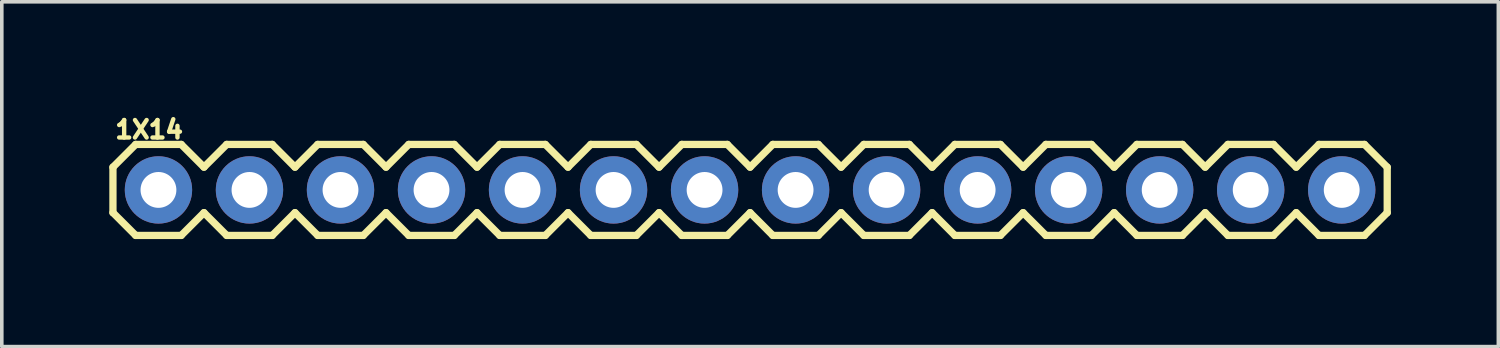
<source format=kicad_pcb>
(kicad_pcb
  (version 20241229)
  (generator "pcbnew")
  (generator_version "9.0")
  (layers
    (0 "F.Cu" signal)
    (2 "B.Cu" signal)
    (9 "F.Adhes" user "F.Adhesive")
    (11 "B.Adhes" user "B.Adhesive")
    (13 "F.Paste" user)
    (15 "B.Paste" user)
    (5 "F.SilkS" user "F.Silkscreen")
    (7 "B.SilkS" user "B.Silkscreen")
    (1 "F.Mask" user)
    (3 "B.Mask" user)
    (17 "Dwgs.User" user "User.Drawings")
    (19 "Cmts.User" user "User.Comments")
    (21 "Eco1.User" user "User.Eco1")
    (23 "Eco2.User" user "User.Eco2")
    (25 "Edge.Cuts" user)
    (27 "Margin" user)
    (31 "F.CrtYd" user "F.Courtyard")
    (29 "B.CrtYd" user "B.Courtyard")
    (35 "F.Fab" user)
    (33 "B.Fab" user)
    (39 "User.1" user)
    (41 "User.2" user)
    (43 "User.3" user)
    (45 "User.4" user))
  (footprint "1X14"
    (layer "F.Cu")
    (at 1.372 2.25)
    (property "Reference" "1X14" (at -1.27 -1.397 0) (layer "F.SilkS") (effects (font (size 0.488 0.488) (thickness 0.122)) (justify left bottom)))
    (fp_line (start -1.27 -0.635) (end -1.27 0.635) (stroke (width 0.203) (type solid)) (layer "F.SilkS"))
    (fp_line (start -1.27 0.635) (end -0.635 1.27) (stroke (width 0.203) (type solid)) (layer "F.SilkS"))
    (fp_line (start -0.635 -1.27) (end -1.27 -0.635) (stroke (width 0.203) (type solid)) (layer "F.SilkS"))
    (fp_line (start -0.635 -1.27) (end 0.635 -1.27) (stroke (width 0.203) (type solid)) (layer "F.SilkS"))
    (fp_line (start 0.635 -1.27) (end 1.27 -0.635) (stroke (width 0.203) (type solid)) (layer "F.SilkS"))
    (fp_line (start 0.635 1.27) (end -0.635 1.27) (stroke (width 0.203) (type solid)) (layer "F.SilkS"))
    (fp_line (start 1.27 -0.635) (end 1.905 -1.27) (stroke (width 0.203) (type solid)) (layer "F.SilkS"))
    (fp_line (start 1.27 0.635) (end 0.635 1.27) (stroke (width 0.203) (type solid)) (layer "F.SilkS"))
    (fp_line (start 1.905 -1.27) (end 3.175 -1.27) (stroke (width 0.203) (type solid)) (layer "F.SilkS"))
    (fp_line (start 1.905 1.27) (end 1.27 0.635) (stroke (width 0.203) (type solid)) (layer "F.SilkS"))
    (fp_line (start 3.175 -1.27) (end 3.81 -0.635) (stroke (width 0.203) (type solid)) (layer "F.SilkS"))
    (fp_line (start 3.175 1.27) (end 1.905 1.27) (stroke (width 0.203) (type solid)) (layer "F.SilkS"))
    (fp_line (start 3.81 -0.635) (end 4.445 -1.27) (stroke (width 0.203) (type solid)) (layer "F.SilkS"))
    (fp_line (start 3.81 0.635) (end 3.175 1.27) (stroke (width 0.203) (type solid)) (layer "F.SilkS"))
    (fp_line (start 4.445 -1.27) (end 5.715 -1.27) (stroke (width 0.203) (type solid)) (layer "F.SilkS"))
    (fp_line (start 4.445 1.27) (end 3.81 0.635) (stroke (width 0.203) (type solid)) (layer "F.SilkS"))
    (fp_line (start 5.715 -1.27) (end 6.35 -0.635) (stroke (width 0.203) (type solid)) (layer "F.SilkS"))
    (fp_line (start 5.715 1.27) (end 4.445 1.27) (stroke (width 0.203) (type solid)) (layer "F.SilkS"))
    (fp_line (start 6.35 0.635) (end 5.715 1.27) (stroke (width 0.203) (type solid)) (layer "F.SilkS"))
    (fp_line (start 6.35 0.635) (end 6.985 1.27) (stroke (width 0.203) (type solid)) (layer "F.SilkS"))
    (fp_line (start 6.985 -1.27) (end 6.35 -0.635) (stroke (width 0.203) (type solid)) (layer "F.SilkS"))
    (fp_line (start 6.985 -1.27) (end 8.255 -1.27) (stroke (width 0.203) (type solid)) (layer "F.SilkS"))
    (fp_line (start 8.255 -1.27) (end 8.89 -0.635) (stroke (width 0.203) (type solid)) (layer "F.SilkS"))
    (fp_line (start 8.255 1.27) (end 6.985 1.27) (stroke (width 0.203) (type solid)) (layer "F.SilkS"))
    (fp_line (start 8.89 -0.635) (end 9.525 -1.27) (stroke (width 0.203) (type solid)) (layer "F.SilkS"))
    (fp_line (start 8.89 0.635) (end 8.255 1.27) (stroke (width 0.203) (type solid)) (layer "F.SilkS"))
    (fp_line (start 9.525 -1.27) (end 10.795 -1.27) (stroke (width 0.203) (type solid)) (layer "F.SilkS"))
    (fp_line (start 9.525 1.27) (end 8.89 0.635) (stroke (width 0.203) (type solid)) (layer "F.SilkS"))
    (fp_line (start 10.795 -1.27) (end 11.43 -0.635) (stroke (width 0.203) (type solid)) (layer "F.SilkS"))
    (fp_line (start 10.795 1.27) (end 9.525 1.27) (stroke (width 0.203) (type solid)) (layer "F.SilkS"))
    (fp_line (start 11.43 -0.635) (end 12.065 -1.27) (stroke (width 0.203) (type solid)) (layer "F.SilkS"))
    (fp_line (start 11.43 0.635) (end 10.795 1.27) (stroke (width 0.203) (type solid)) (layer "F.SilkS"))
    (fp_line (start 12.065 -1.27) (end 13.335 -1.27) (stroke (width 0.203) (type solid)) (layer "F.SilkS"))
    (fp_line (start 12.065 1.27) (end 11.43 0.635) (stroke (width 0.203) (type solid)) (layer "F.SilkS"))
    (fp_line (start 13.335 -1.27) (end 13.97 -0.635) (stroke (width 0.203) (type solid)) (layer "F.SilkS"))
    (fp_line (start 13.335 1.27) (end 12.065 1.27) (stroke (width 0.203) (type solid)) (layer "F.SilkS"))
    (fp_line (start 13.97 0.635) (end 13.335 1.27) (stroke (width 0.203) (type solid)) (layer "F.SilkS"))
    (fp_line (start 13.97 0.635) (end 14.605 1.27) (stroke (width 0.203) (type solid)) (layer "F.SilkS"))
    (fp_line (start 14.605 -1.27) (end 13.97 -0.635) (stroke (width 0.203) (type solid)) (layer "F.SilkS"))
    (fp_line (start 14.605 -1.27) (end 15.875 -1.27) (stroke (width 0.203) (type solid)) (layer "F.SilkS"))
    (fp_line (start 15.875 -1.27) (end 16.51 -0.635) (stroke (width 0.203) (type solid)) (layer "F.SilkS"))
    (fp_line (start 15.875 1.27) (end 14.605 1.27) (stroke (width 0.203) (type solid)) (layer "F.SilkS"))
    (fp_line (start 16.51 0.635) (end 15.875 1.27) (stroke (width 0.203) (type solid)) (layer "F.SilkS"))
    (fp_line (start 16.51 0.635) (end 17.145 1.27) (stroke (width 0.203) (type solid)) (layer "F.SilkS"))
    (fp_line (start 17.145 -1.27) (end 16.51 -0.635) (stroke (width 0.203) (type solid)) (layer "F.SilkS"))
    (fp_line (start 17.145 -1.27) (end 18.415 -1.27) (stroke (width 0.203) (type solid)) (layer "F.SilkS"))
    (fp_line (start 18.415 -1.27) (end 19.05 -0.635) (stroke (width 0.203) (type solid)) (layer "F.SilkS"))
    (fp_line (start 18.415 1.27) (end 17.145 1.27) (stroke (width 0.203) (type solid)) (layer "F.SilkS"))
    (fp_line (start 19.05 -0.635) (end 19.685 -1.27) (stroke (width 0.203) (type solid)) (layer "F.SilkS"))
    (fp_line (start 19.05 0.635) (end 18.415 1.27) (stroke (width 0.203) (type solid)) (layer "F.SilkS"))
    (fp_line (start 19.685 -1.27) (end 20.955 -1.27) (stroke (width 0.203) (type solid)) (layer "F.SilkS"))
    (fp_line (start 19.685 1.27) (end 19.05 0.635) (stroke (width 0.203) (type solid)) (layer "F.SilkS"))
    (fp_line (start 20.955 -1.27) (end 21.59 -0.635) (stroke (width 0.203) (type solid)) (layer "F.SilkS"))
    (fp_line (start 20.955 1.27) (end 19.685 1.27) (stroke (width 0.203) (type solid)) (layer "F.SilkS"))
    (fp_line (start 21.59 -0.635) (end 22.225 -1.27) (stroke (width 0.203) (type solid)) (layer "F.SilkS"))
    (fp_line (start 21.59 0.635) (end 20.955 1.27) (stroke (width 0.203) (type solid)) (layer "F.SilkS"))
    (fp_line (start 22.225 -1.27) (end 23.495 -1.27) (stroke (width 0.203) (type solid)) (layer "F.SilkS"))
    (fp_line (start 22.225 1.27) (end 21.59 0.635) (stroke (width 0.203) (type solid)) (layer "F.SilkS"))
    (fp_line (start 23.495 -1.27) (end 24.13 -0.635) (stroke (width 0.203) (type solid)) (layer "F.SilkS"))
    (fp_line (start 23.495 1.27) (end 22.225 1.27) (stroke (width 0.203) (type solid)) (layer "F.SilkS"))
    (fp_line (start 24.13 0.635) (end 23.495 1.27) (stroke (width 0.203) (type solid)) (layer "F.SilkS"))
    (fp_line (start 24.13 0.635) (end 24.765 1.27) (stroke (width 0.203) (type solid)) (layer "F.SilkS"))
    (fp_line (start 24.765 -1.27) (end 24.13 -0.635) (stroke (width 0.203) (type solid)) (layer "F.SilkS"))
    (fp_line (start 24.765 -1.27) (end 26.035 -1.27) (stroke (width 0.203) (type solid)) (layer "F.SilkS"))
    (fp_line (start 26.035 -1.27) (end 26.67 -0.635) (stroke (width 0.203) (type solid)) (layer "F.SilkS"))
    (fp_line (start 26.035 1.27) (end 24.765 1.27) (stroke (width 0.203) (type solid)) (layer "F.SilkS"))
    (fp_line (start 26.67 -0.635) (end 27.305 -1.27) (stroke (width 0.203) (type solid)) (layer "F.SilkS"))
    (fp_line (start 26.67 0.635) (end 26.035 1.27) (stroke (width 0.203) (type solid)) (layer "F.SilkS"))
    (fp_line (start 27.305 -1.27) (end 28.575 -1.27) (stroke (width 0.203) (type solid)) (layer "F.SilkS"))
    (fp_line (start 27.305 1.27) (end 26.67 0.635) (stroke (width 0.203) (type solid)) (layer "F.SilkS"))
    (fp_line (start 28.575 -1.27) (end 29.21 -0.635) (stroke (width 0.203) (type solid)) (layer "F.SilkS"))
    (fp_line (start 28.575 1.27) (end 27.305 1.27) (stroke (width 0.203) (type solid)) (layer "F.SilkS"))
    (fp_line (start 29.21 -0.635) (end 29.845 -1.27) (stroke (width 0.203) (type solid)) (layer "F.SilkS"))
    (fp_line (start 29.21 0.635) (end 28.575 1.27) (stroke (width 0.203) (type solid)) (layer "F.SilkS"))
    (fp_line (start 29.845 -1.27) (end 31.115 -1.27) (stroke (width 0.203) (type solid)) (layer "F.SilkS"))
    (fp_line (start 29.845 1.27) (end 29.21 0.635) (stroke (width 0.203) (type solid)) (layer "F.SilkS"))
    (fp_line (start 31.115 -1.27) (end 31.75 -0.635) (stroke (width 0.203) (type solid)) (layer "F.SilkS"))
    (fp_line (start 31.115 1.27) (end 29.845 1.27) (stroke (width 0.203) (type solid)) (layer "F.SilkS"))
    (fp_line (start 31.75 0.635) (end 31.115 1.27) (stroke (width 0.203) (type solid)) (layer "F.SilkS"))
    (fp_line (start 31.75 0.635) (end 32.385 1.27) (stroke (width 0.203) (type solid)) (layer "F.SilkS"))
    (fp_line (start 32.385 -1.27) (end 31.75 -0.635) (stroke (width 0.203) (type solid)) (layer "F.SilkS"))
    (fp_line (start 32.385 -1.27) (end 33.655 -1.27) (stroke (width 0.203) (type solid)) (layer "F.SilkS"))
    (fp_line (start 33.655 -1.27) (end 34.29 -0.635) (stroke (width 0.203) (type solid)) (layer "F.SilkS"))
    (fp_line (start 33.655 1.27) (end 32.385 1.27) (stroke (width 0.203) (type solid)) (layer "F.SilkS"))
    (fp_line (start 34.29 -0.635) (end 34.29 0.635) (stroke (width 0.203) (type solid)) (layer "F.SilkS"))
    (fp_line (start 34.29 0.635) (end 33.655 1.27) (stroke (width 0.203) (type solid)) (layer "F.SilkS"))
    (fp_poly (pts (xy -0.254 0.254) (xy 0.254 0.254) (xy 0.254 -0.254) (xy -0.254 -0.254)) (stroke (width 0.1) (type solid)) (fill no) (layer "F.Fab"))
    (fp_poly (pts (xy 2.286 0.254) (xy 2.794 0.254) (xy 2.794 -0.254) (xy 2.286 -0.254)) (stroke (width 0.1) (type solid)) (fill no) (layer "F.Fab"))
    (fp_poly (pts (xy 4.826 0.254) (xy 5.334 0.254) (xy 5.334 -0.254) (xy 4.826 -0.254)) (stroke (width 0.1) (type solid)) (fill no) (layer "F.Fab"))
    (fp_poly (pts (xy 7.366 0.254) (xy 7.874 0.254) (xy 7.874 -0.254) (xy 7.366 -0.254)) (stroke (width 0.1) (type solid)) (fill no) (layer "F.Fab"))
    (fp_poly (pts (xy 9.906 0.254) (xy 10.414 0.254) (xy 10.414 -0.254) (xy 9.906 -0.254)) (stroke (width 0.1) (type solid)) (fill no) (layer "F.Fab"))
    (fp_poly (pts (xy 12.446 0.254) (xy 12.954 0.254) (xy 12.954 -0.254) (xy 12.446 -0.254)) (stroke (width 0.1) (type solid)) (fill no) (layer "F.Fab"))
    (fp_poly (pts (xy 14.986 0.254) (xy 15.494 0.254) (xy 15.494 -0.254) (xy 14.986 -0.254)) (stroke (width 0.1) (type solid)) (fill no) (layer "F.Fab"))
    (fp_poly (pts (xy 17.526 0.254) (xy 18.034 0.254) (xy 18.034 -0.254) (xy 17.526 -0.254)) (stroke (width 0.1) (type solid)) (fill no) (layer "F.Fab"))
    (fp_poly (pts (xy 20.066 0.254) (xy 20.574 0.254) (xy 20.574 -0.254) (xy 20.066 -0.254)) (stroke (width 0.1) (type solid)) (fill no) (layer "F.Fab"))
    (fp_poly (pts (xy 22.606 0.254) (xy 23.114 0.254) (xy 23.114 -0.254) (xy 22.606 -0.254)) (stroke (width 0.1) (type solid)) (fill no) (layer "F.Fab"))
    (fp_poly (pts (xy 25.146 0.254) (xy 25.654 0.254) (xy 25.654 -0.254) (xy 25.146 -0.254)) (stroke (width 0.1) (type solid)) (fill no) (layer "F.Fab"))
    (fp_poly (pts (xy 27.686 0.254) (xy 28.194 0.254) (xy 28.194 -0.254) (xy 27.686 -0.254)) (stroke (width 0.1) (type solid)) (fill no) (layer "F.Fab"))
    (fp_poly (pts (xy 30.226 0.254) (xy 30.734 0.254) (xy 30.734 -0.254) (xy 30.226 -0.254)) (stroke (width 0.1) (type solid)) (fill no) (layer "F.Fab"))
    (fp_poly (pts (xy 32.766 0.254) (xy 33.274 0.254) (xy 33.274 -0.254) (xy 32.766 -0.254)) (stroke (width 0.1) (type solid)) (fill no) (layer "F.Fab"))
    (pad "1" thru_hole circle (at 0 0 90) (size 1.88 1.88) (drill 1) (layers "*.Cu" "*.Mask"))
    (pad "2" thru_hole circle (at 2.54 0 90) (size 1.88 1.88) (drill 1) (layers "*.Cu" "*.Mask"))
    (pad "3" thru_hole circle (at 5.08 0 90) (size 1.88 1.88) (drill 1) (layers "*.Cu" "*.Mask"))
    (pad "4" thru_hole circle (at 7.62 0 90) (size 1.88 1.88) (drill 1) (layers "*.Cu" "*.Mask"))
    (pad "5" thru_hole circle (at 10.16 0 90) (size 1.88 1.88) (drill 1) (layers "*.Cu" "*.Mask"))
    (pad "6" thru_hole circle (at 12.7 0 90) (size 1.88 1.88) (drill 1) (layers "*.Cu" "*.Mask"))
    (pad "7" thru_hole circle (at 15.24 0 90) (size 1.88 1.88) (drill 1) (layers "*.Cu" "*.Mask"))
    (pad "8" thru_hole circle (at 17.78 0 90) (size 1.88 1.88) (drill 1) (layers "*.Cu" "*.Mask"))
    (pad "9" thru_hole circle (at 20.32 0 90) (size 1.88 1.88) (drill 1) (layers "*.Cu" "*.Mask"))
    (pad "10" thru_hole circle (at 22.86 0 90) (size 1.88 1.88) (drill 1) (layers "*.Cu" "*.Mask"))
    (pad "11" thru_hole circle (at 25.4 0 90) (size 1.88 1.88) (drill 1) (layers "*.Cu" "*.Mask"))
    (pad "12" thru_hole circle (at 27.94 0 90) (size 1.88 1.88) (drill 1) (layers "*.Cu" "*.Mask"))
    (pad "13" thru_hole circle (at 30.48 0 90) (size 1.88 1.88) (drill 1) (layers "*.Cu" "*.Mask"))
    (pad "14" thru_hole circle (at 33.02 0 90) (size 1.88 1.88) (drill 1) (layers "*.Cu" "*.Mask")))
  (gr_rect
    (start -3 -3)
    (end 38.763 6.622)
    (stroke (width 0.1) (type default))
    (fill no)
    (layer "Edge.Cuts")))
</source>
